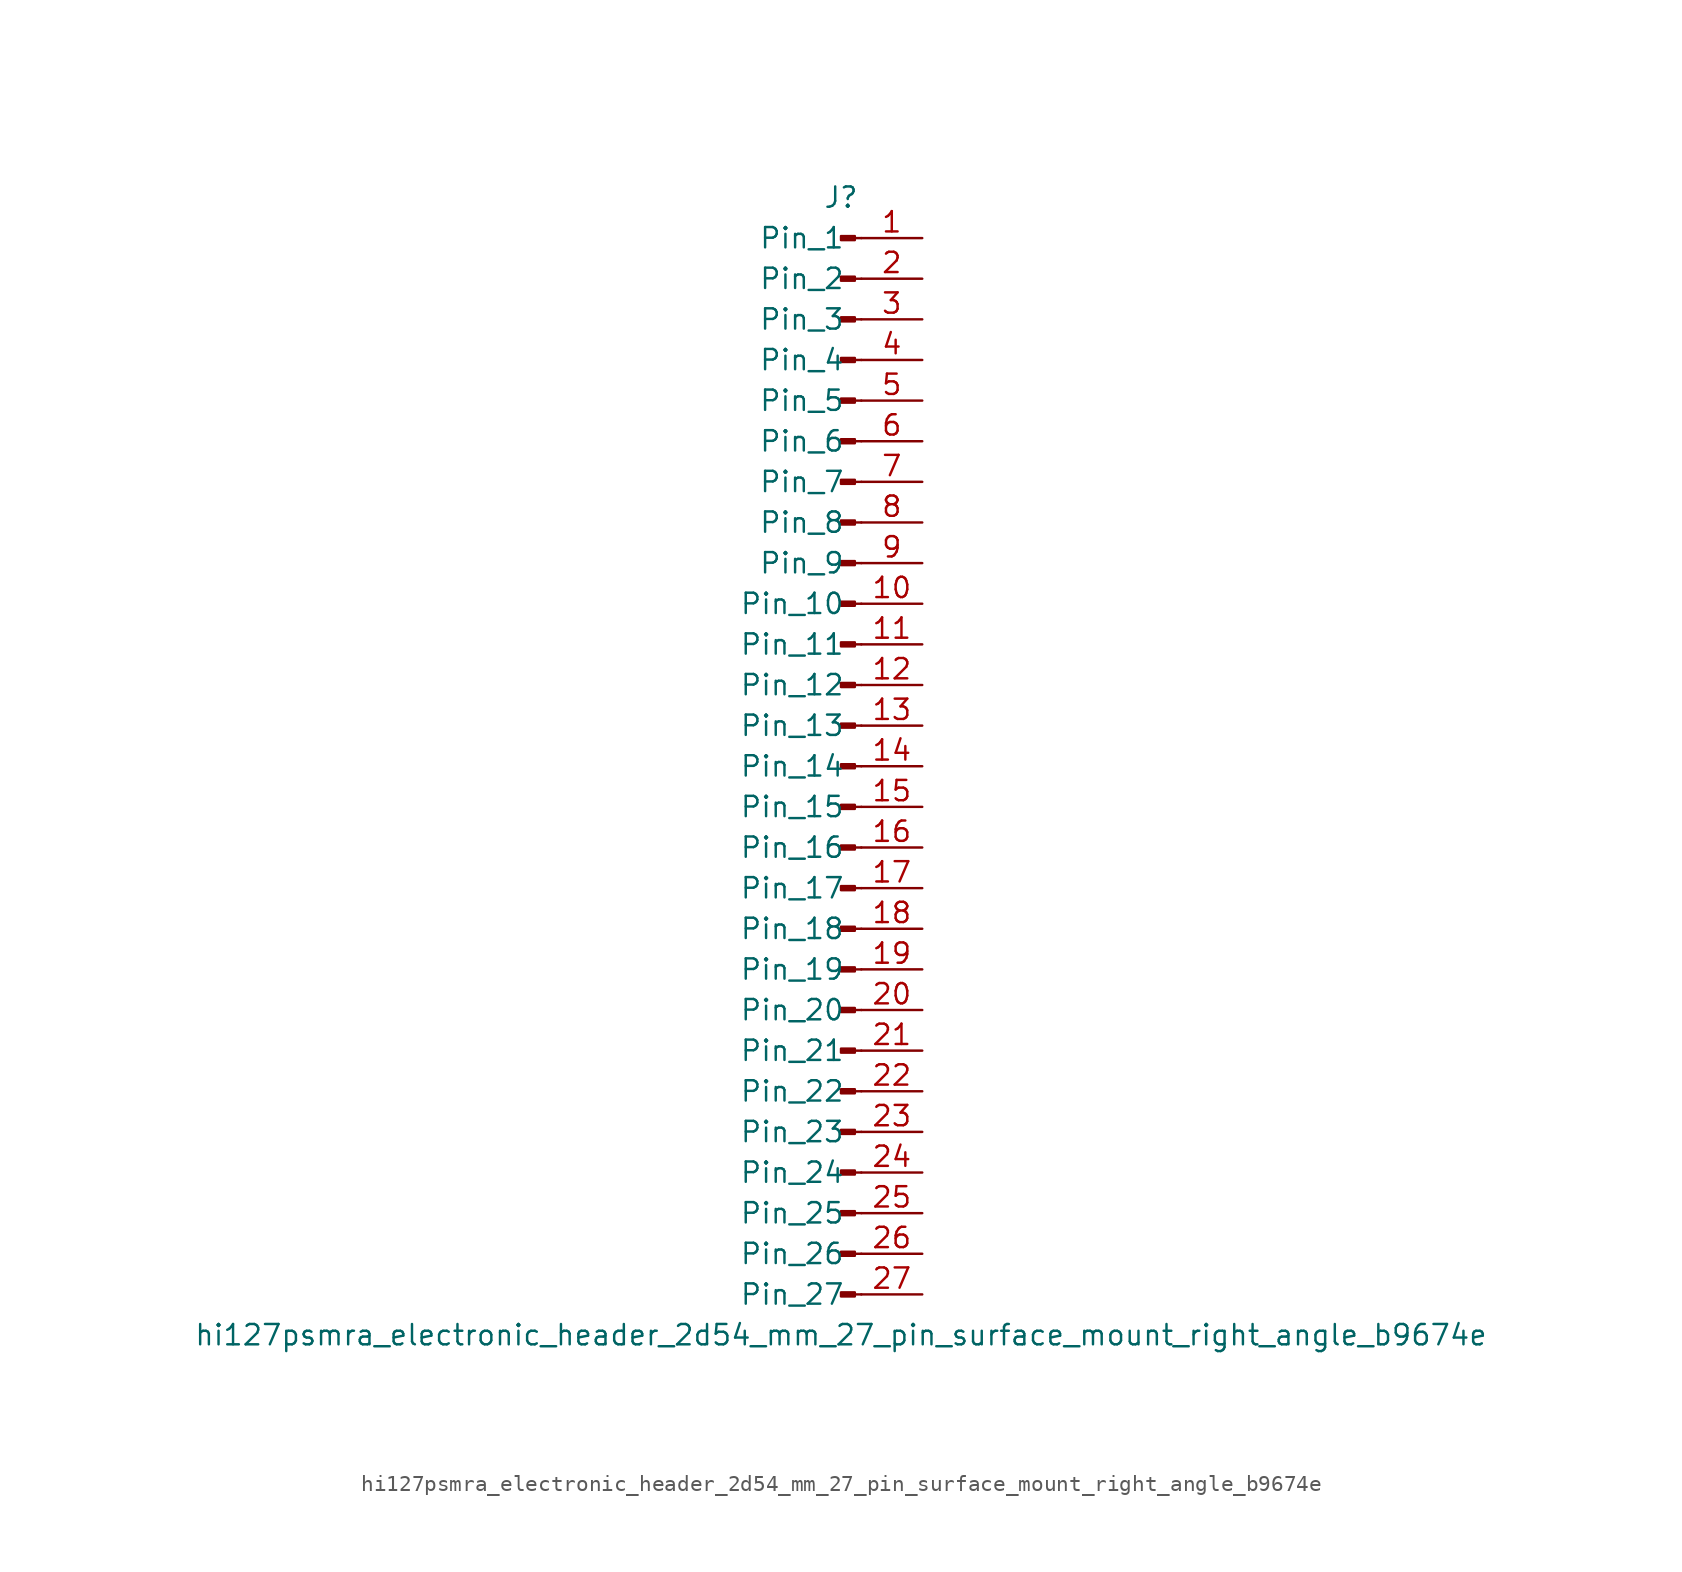
<source format=kicad_sym>
(kicad_symbol_lib
  (version 20220914)
  (generator kicad_symbol_editor)
  (symbol "hi127psmra_electronic_header_2d54_mm_27_pin_surface_mount_right_angle_b9674e"
    (pin_names
      (offset 1.016))
    (property "Reference" "J"
      (at 0 35.56 0)
      (effects (font (size 1.27 1.27))))
    (property "Value" "hi127psmra_electronic_header_2d54_mm_27_pin_surface_mount_right_angle_b9674e"
      (at 0 -35.56 0)
      (effects (font (size 1.27 1.27))))
    (property "ki_locked" ""
      (at 0 0 0)
      (effects (font (size 1.27 1.27))))
    (symbol "hi127psmra_electronic_header_2d54_mm_27_pin_surface_mount_right_angle_b9674e_1_1"
      (polyline (pts (xy 1.27 -33.02) (xy 0.864 -33.02)) (stroke (width 0.152) (type default)) (fill (type none)))
      (polyline (pts (xy 1.27 -30.48) (xy 0.864 -30.48)) (stroke (width 0.152) (type default)) (fill (type none)))
      (polyline (pts (xy 1.27 -27.94) (xy 0.864 -27.94)) (stroke (width 0.152) (type default)) (fill (type none)))
      (polyline (pts (xy 1.27 -25.4) (xy 0.864 -25.4)) (stroke (width 0.152) (type default)) (fill (type none)))
      (polyline (pts (xy 1.27 -22.86) (xy 0.864 -22.86)) (stroke (width 0.152) (type default)) (fill (type none)))
      (polyline (pts (xy 1.27 -20.32) (xy 0.864 -20.32)) (stroke (width 0.152) (type default)) (fill (type none)))
      (polyline (pts (xy 1.27 -17.78) (xy 0.864 -17.78)) (stroke (width 0.152) (type default)) (fill (type none)))
      (polyline (pts (xy 1.27 -15.24) (xy 0.864 -15.24)) (stroke (width 0.152) (type default)) (fill (type none)))
      (polyline (pts (xy 1.27 -12.7) (xy 0.864 -12.7)) (stroke (width 0.152) (type default)) (fill (type none)))
      (polyline (pts (xy 1.27 -10.16) (xy 0.864 -10.16)) (stroke (width 0.152) (type default)) (fill (type none)))
      (polyline (pts (xy 1.27 -7.62) (xy 0.864 -7.62)) (stroke (width 0.152) (type default)) (fill (type none)))
      (polyline (pts (xy 1.27 -5.08) (xy 0.864 -5.08)) (stroke (width 0.152) (type default)) (fill (type none)))
      (polyline (pts (xy 1.27 -2.54) (xy 0.864 -2.54)) (stroke (width 0.152) (type default)) (fill (type none)))
      (polyline (pts (xy 1.27 0) (xy 0.864 0)) (stroke (width 0.152) (type default)) (fill (type none)))
      (polyline (pts (xy 1.27 2.54) (xy 0.864 2.54)) (stroke (width 0.152) (type default)) (fill (type none)))
      (polyline (pts (xy 1.27 5.08) (xy 0.864 5.08)) (stroke (width 0.152) (type default)) (fill (type none)))
      (polyline (pts (xy 1.27 7.62) (xy 0.864 7.62)) (stroke (width 0.152) (type default)) (fill (type none)))
      (polyline (pts (xy 1.27 10.16) (xy 0.864 10.16)) (stroke (width 0.152) (type default)) (fill (type none)))
      (polyline (pts (xy 1.27 12.7) (xy 0.864 12.7)) (stroke (width 0.152) (type default)) (fill (type none)))
      (polyline (pts (xy 1.27 15.24) (xy 0.864 15.24)) (stroke (width 0.152) (type default)) (fill (type none)))
      (polyline (pts (xy 1.27 17.78) (xy 0.864 17.78)) (stroke (width 0.152) (type default)) (fill (type none)))
      (polyline (pts (xy 1.27 20.32) (xy 0.864 20.32)) (stroke (width 0.152) (type default)) (fill (type none)))
      (polyline (pts (xy 1.27 22.86) (xy 0.864 22.86)) (stroke (width 0.152) (type default)) (fill (type none)))
      (polyline (pts (xy 1.27 25.4) (xy 0.864 25.4)) (stroke (width 0.152) (type default)) (fill (type none)))
      (polyline (pts (xy 1.27 27.94) (xy 0.864 27.94)) (stroke (width 0.152) (type default)) (fill (type none)))
      (polyline (pts (xy 1.27 30.48) (xy 0.864 30.48)) (stroke (width 0.152) (type default)) (fill (type none)))
      (polyline (pts (xy 1.27 33.02) (xy 0.864 33.02)) (stroke (width 0.152) (type default)) (fill (type none)))
      (rectangle (start 0.864 -32.893) (end 0 -33.147) (stroke (width 0.152) (type default)) (fill (type outline)))
      (rectangle (start 0.864 -30.353) (end 0 -30.607) (stroke (width 0.152) (type default)) (fill (type outline)))
      (rectangle (start 0.864 -27.813) (end 0 -28.067) (stroke (width 0.152) (type default)) (fill (type outline)))
      (rectangle (start 0.864 -25.273) (end 0 -25.527) (stroke (width 0.152) (type default)) (fill (type outline)))
      (rectangle (start 0.864 -22.733) (end 0 -22.987) (stroke (width 0.152) (type default)) (fill (type outline)))
      (rectangle (start 0.864 -20.193) (end 0 -20.447) (stroke (width 0.152) (type default)) (fill (type outline)))
      (rectangle (start 0.864 -17.653) (end 0 -17.907) (stroke (width 0.152) (type default)) (fill (type outline)))
      (rectangle (start 0.864 -15.113) (end 0 -15.367) (stroke (width 0.152) (type default)) (fill (type outline)))
      (rectangle (start 0.864 -12.573) (end 0 -12.827) (stroke (width 0.152) (type default)) (fill (type outline)))
      (rectangle (start 0.864 -10.033) (end 0 -10.287) (stroke (width 0.152) (type default)) (fill (type outline)))
      (rectangle (start 0.864 -7.493) (end 0 -7.747) (stroke (width 0.152) (type default)) (fill (type outline)))
      (rectangle (start 0.864 -4.953) (end 0 -5.207) (stroke (width 0.152) (type default)) (fill (type outline)))
      (rectangle (start 0.864 -2.413) (end 0 -2.667) (stroke (width 0.152) (type default)) (fill (type outline)))
      (rectangle (start 0.864 0.127) (end 0 -0.127) (stroke (width 0.152) (type default)) (fill (type outline)))
      (rectangle (start 0.864 2.667) (end 0 2.413) (stroke (width 0.152) (type default)) (fill (type outline)))
      (rectangle (start 0.864 5.207) (end 0 4.953) (stroke (width 0.152) (type default)) (fill (type outline)))
      (rectangle (start 0.864 7.747) (end 0 7.493) (stroke (width 0.152) (type default)) (fill (type outline)))
      (rectangle (start 0.864 10.287) (end 0 10.033) (stroke (width 0.152) (type default)) (fill (type outline)))
      (rectangle (start 0.864 12.827) (end 0 12.573) (stroke (width 0.152) (type default)) (fill (type outline)))
      (rectangle (start 0.864 15.367) (end 0 15.113) (stroke (width 0.152) (type default)) (fill (type outline)))
      (rectangle (start 0.864 17.907) (end 0 17.653) (stroke (width 0.152) (type default)) (fill (type outline)))
      (rectangle (start 0.864 20.447) (end 0 20.193) (stroke (width 0.152) (type default)) (fill (type outline)))
      (rectangle (start 0.864 22.987) (end 0 22.733) (stroke (width 0.152) (type default)) (fill (type outline)))
      (rectangle (start 0.864 25.527) (end 0 25.273) (stroke (width 0.152) (type default)) (fill (type outline)))
      (rectangle (start 0.864 28.067) (end 0 27.813) (stroke (width 0.152) (type default)) (fill (type outline)))
      (rectangle (start 0.864 30.607) (end 0 30.353) (stroke (width 0.152) (type default)) (fill (type outline)))
      (rectangle (start 0.864 33.147) (end 0 32.893) (stroke (width 0.152) (type default)) (fill (type outline)))
      (pin passive line (at 5.08 33.02 180) (length 3.81) (name "Pin_1" (effects (font (size 1.27 1.27)))) (number "1" (effects (font (size 1.27 1.27)))))
      (pin passive line (at 5.08 10.16 180) (length 3.81) (name "Pin_10" (effects (font (size 1.27 1.27)))) (number "10" (effects (font (size 1.27 1.27)))))
      (pin passive line (at 5.08 7.62 180) (length 3.81) (name "Pin_11" (effects (font (size 1.27 1.27)))) (number "11" (effects (font (size 1.27 1.27)))))
      (pin passive line (at 5.08 5.08 180) (length 3.81) (name "Pin_12" (effects (font (size 1.27 1.27)))) (number "12" (effects (font (size 1.27 1.27)))))
      (pin passive line (at 5.08 2.54 180) (length 3.81) (name "Pin_13" (effects (font (size 1.27 1.27)))) (number "13" (effects (font (size 1.27 1.27)))))
      (pin passive line (at 5.08 0 180) (length 3.81) (name "Pin_14" (effects (font (size 1.27 1.27)))) (number "14" (effects (font (size 1.27 1.27)))))
      (pin passive line (at 5.08 -2.54 180) (length 3.81) (name "Pin_15" (effects (font (size 1.27 1.27)))) (number "15" (effects (font (size 1.27 1.27)))))
      (pin passive line (at 5.08 -5.08 180) (length 3.81) (name "Pin_16" (effects (font (size 1.27 1.27)))) (number "16" (effects (font (size 1.27 1.27)))))
      (pin passive line (at 5.08 -7.62 180) (length 3.81) (name "Pin_17" (effects (font (size 1.27 1.27)))) (number "17" (effects (font (size 1.27 1.27)))))
      (pin passive line (at 5.08 -10.16 180) (length 3.81) (name "Pin_18" (effects (font (size 1.27 1.27)))) (number "18" (effects (font (size 1.27 1.27)))))
      (pin passive line (at 5.08 -12.7 180) (length 3.81) (name "Pin_19" (effects (font (size 1.27 1.27)))) (number "19" (effects (font (size 1.27 1.27)))))
      (pin passive line (at 5.08 30.48 180) (length 3.81) (name "Pin_2" (effects (font (size 1.27 1.27)))) (number "2" (effects (font (size 1.27 1.27)))))
      (pin passive line (at 5.08 -15.24 180) (length 3.81) (name "Pin_20" (effects (font (size 1.27 1.27)))) (number "20" (effects (font (size 1.27 1.27)))))
      (pin passive line (at 5.08 -17.78 180) (length 3.81) (name "Pin_21" (effects (font (size 1.27 1.27)))) (number "21" (effects (font (size 1.27 1.27)))))
      (pin passive line (at 5.08 -20.32 180) (length 3.81) (name "Pin_22" (effects (font (size 1.27 1.27)))) (number "22" (effects (font (size 1.27 1.27)))))
      (pin passive line (at 5.08 -22.86 180) (length 3.81) (name "Pin_23" (effects (font (size 1.27 1.27)))) (number "23" (effects (font (size 1.27 1.27)))))
      (pin passive line (at 5.08 -25.4 180) (length 3.81) (name "Pin_24" (effects (font (size 1.27 1.27)))) (number "24" (effects (font (size 1.27 1.27)))))
      (pin passive line (at 5.08 -27.94 180) (length 3.81) (name "Pin_25" (effects (font (size 1.27 1.27)))) (number "25" (effects (font (size 1.27 1.27)))))
      (pin passive line (at 5.08 -30.48 180) (length 3.81) (name "Pin_26" (effects (font (size 1.27 1.27)))) (number "26" (effects (font (size 1.27 1.27)))))
      (pin passive line (at 5.08 -33.02 180) (length 3.81) (name "Pin_27" (effects (font (size 1.27 1.27)))) (number "27" (effects (font (size 1.27 1.27)))))
      (pin passive line (at 5.08 27.94 180) (length 3.81) (name "Pin_3" (effects (font (size 1.27 1.27)))) (number "3" (effects (font (size 1.27 1.27)))))
      (pin passive line (at 5.08 25.4 180) (length 3.81) (name "Pin_4" (effects (font (size 1.27 1.27)))) (number "4" (effects (font (size 1.27 1.27)))))
      (pin passive line (at 5.08 22.86 180) (length 3.81) (name "Pin_5" (effects (font (size 1.27 1.27)))) (number "5" (effects (font (size 1.27 1.27)))))
      (pin passive line (at 5.08 20.32 180) (length 3.81) (name "Pin_6" (effects (font (size 1.27 1.27)))) (number "6" (effects (font (size 1.27 1.27)))))
      (pin passive line (at 5.08 17.78 180) (length 3.81) (name "Pin_7" (effects (font (size 1.27 1.27)))) (number "7" (effects (font (size 1.27 1.27)))))
      (pin passive line (at 5.08 15.24 180) (length 3.81) (name "Pin_8" (effects (font (size 1.27 1.27)))) (number "8" (effects (font (size 1.27 1.27)))))
      (pin passive line (at 5.08 12.7 180) (length 3.81) (name "Pin_9" (effects (font (size 1.27 1.27)))) (number "9" (effects (font (size 1.27 1.27))))))))
</source>
